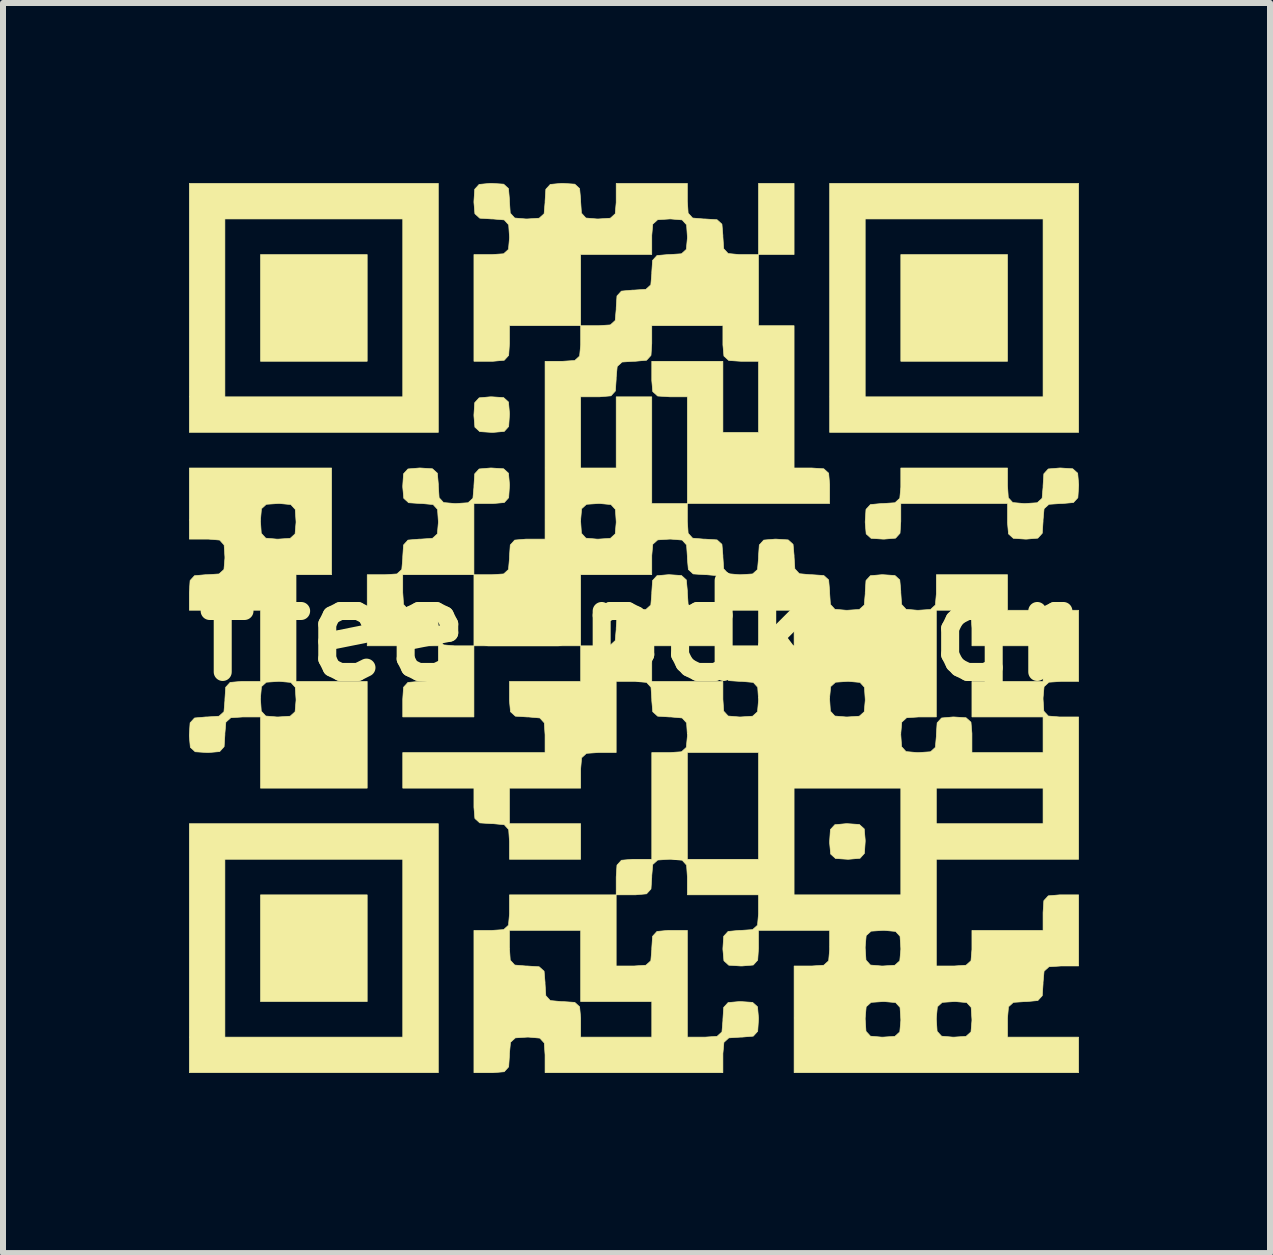
<source format=kicad_pcb>
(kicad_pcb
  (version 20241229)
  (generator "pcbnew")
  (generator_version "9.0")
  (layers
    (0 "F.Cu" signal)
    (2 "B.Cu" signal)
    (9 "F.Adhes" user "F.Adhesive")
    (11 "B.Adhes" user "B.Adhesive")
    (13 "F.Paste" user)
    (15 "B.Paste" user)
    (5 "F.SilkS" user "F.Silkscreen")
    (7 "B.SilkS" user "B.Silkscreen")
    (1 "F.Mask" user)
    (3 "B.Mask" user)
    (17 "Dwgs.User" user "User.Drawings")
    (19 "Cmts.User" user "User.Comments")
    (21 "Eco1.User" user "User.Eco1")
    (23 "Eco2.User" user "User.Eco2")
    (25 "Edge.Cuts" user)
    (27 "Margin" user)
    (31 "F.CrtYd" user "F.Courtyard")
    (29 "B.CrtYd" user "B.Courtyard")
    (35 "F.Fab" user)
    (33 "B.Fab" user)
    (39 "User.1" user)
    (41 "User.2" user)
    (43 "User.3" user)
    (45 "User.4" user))
  (footprint "free-pdk-qr"
    (layer "F.Cu")
    (at 7.555 7.456)
    (property "Reference" "free-pdk-qr" (at 0 0 0) (layer "F.SilkS") (effects (font (size 1.524 1.524) (thickness 0.3))))
    (attr through_hole)
    (fp_poly (pts (xy -4.487 -4.487) (xy -6.265 -4.487) (xy -6.265 -6.265) (xy -4.487 -6.265) (xy -4.487 -4.487)) (stroke (width 0.01) (type solid)) (fill yes) (layer "F.SilkS"))
    (fp_poly (pts (xy -4.487 6.181) (xy -6.265 6.181) (xy -6.265 4.403) (xy -4.487 4.403) (xy -4.487 6.181)) (stroke (width 0.01) (type solid)) (fill yes) (layer "F.SilkS"))
    (fp_poly (pts (xy 2.032 -7.451) (xy 2.625 -7.451) (xy 2.625 -6.265) (xy 2.032 -6.265) (xy 2.032 -7.451)) (stroke (width 0.01) (type solid)) (fill yes) (layer "F.SilkS"))
    (fp_poly (pts (xy 6.181 -4.487) (xy 4.403 -4.487) (xy 4.403 -6.265) (xy 6.181 -6.265) (xy 6.181 -4.487)) (stroke (width 0.01) (type solid)) (fill yes) (layer "F.SilkS"))
    (fp_poly (pts (xy -3.302 -3.302) (xy -7.451 -3.302) (xy -7.451 -6.858) (xy -6.858 -6.858) (xy -6.858 -3.895) (xy -3.895 -3.895) (xy -3.895 -6.858) (xy -6.858 -6.858) (xy -7.451 -6.858) (xy -7.451 -7.451) (xy -3.302 -7.451) (xy -3.302 -3.302)) (stroke (width 0.01) (type solid)) (fill yes) (layer "F.SilkS"))
    (fp_poly (pts (xy -3.302 7.366) (xy -7.451 7.366) (xy -7.451 3.81) (xy -6.858 3.81) (xy -6.858 6.773) (xy -3.895 6.773) (xy -3.895 3.81) (xy -6.858 3.81) (xy -7.451 3.81) (xy -7.451 3.217) (xy -3.302 3.217) (xy -3.302 7.366)) (stroke (width 0.01) (type solid)) (fill yes) (layer "F.SilkS"))
    (fp_poly (pts (xy 7.366 -3.302) (xy 3.217 -3.302) (xy 3.217 -6.858) (xy 3.81 -6.858) (xy 3.81 -3.895) (xy 6.773 -3.895) (xy 6.773 -6.858) (xy 3.81 -6.858) (xy 3.217 -6.858) (xy 3.217 -7.451) (xy 7.366 -7.451) (xy 7.366 -3.302)) (stroke (width 0.01) (type solid)) (fill yes) (layer "F.SilkS"))
    (fp_poly (pts (xy -2.214 -3.882) (xy -2.133 -3.808) (xy -2.117 -3.621) (xy -2.117 -3.598) (xy -2.13 -3.4) (xy -2.204 -3.318) (xy -2.39 -3.302) (xy -2.413 -3.302) (xy -2.612 -3.315) (xy -2.693 -3.389) (xy -2.709 -3.576) (xy -2.709 -3.598) (xy -2.696 -3.797) (xy -2.622 -3.878) (xy -2.436 -3.895) (xy -2.413 -3.895) (xy -2.214 -3.882)) (stroke (width 0.01) (type solid)) (fill yes) (layer "F.SilkS"))
    (fp_poly (pts (xy 3.712 3.23) (xy 3.794 3.304) (xy 3.81 3.491) (xy 3.81 3.514) (xy 3.797 3.712) (xy 3.723 3.794) (xy 3.536 3.81) (xy 3.514 3.81) (xy 3.315 3.797) (xy 3.234 3.723) (xy 3.217 3.536) (xy 3.217 3.514) (xy 3.23 3.315) (xy 3.304 3.234) (xy 3.491 3.217) (xy 3.514 3.217) (xy 3.712 3.23)) (stroke (width 0.01) (type solid)) (fill yes) (layer "F.SilkS"))
    (fp_poly (pts (xy 6.181 -2.413) (xy 6.194 -2.214) (xy 6.268 -2.133) (xy 6.454 -2.117) (xy 6.477 -2.117) (xy 6.676 -2.13) (xy 6.757 -2.204) (xy 6.773 -2.39) (xy 6.773 -2.413) (xy 6.786 -2.612) (xy 6.86 -2.693) (xy 7.047 -2.709) (xy 7.07 -2.709) (xy 7.268 -2.696) (xy 7.35 -2.622) (xy 7.366 -2.436) (xy 7.366 -2.413) (xy 7.353 -2.214) (xy 7.279 -2.133) (xy 7.092 -2.117) (xy 7.07 -2.117) (xy 6.871 -2.104) (xy 6.79 -2.03) (xy 6.773 -1.843) (xy 6.773 -1.82) (xy 6.76 -1.622) (xy 6.686 -1.54) (xy 6.5 -1.524) (xy 6.477 -1.524) (xy 6.278 -1.537) (xy 6.197 -1.611) (xy 6.181 -1.798) (xy 6.181 -1.82) (xy 6.181 -2.117) (xy 4.403 -2.117) (xy 4.403 -1.82) (xy 4.39 -1.622) (xy 4.316 -1.54) (xy 4.129 -1.524) (xy 4.106 -1.524) (xy 3.908 -1.537) (xy 3.826 -1.611) (xy 3.81 -1.798) (xy 3.81 -1.82) (xy 3.823 -2.019) (xy 3.897 -2.1) (xy 4.084 -2.117) (xy 4.106 -2.117) (xy 4.305 -2.13) (xy 4.386 -2.204) (xy 4.403 -2.39) (xy 4.403 -2.413) (xy 4.403 -2.709) (xy 6.181 -2.709) (xy 6.181 -2.413)) (stroke (width 0.01) (type solid)) (fill yes) (layer "F.SilkS"))
    (fp_poly (pts (xy -0.339 5.588) (xy -0.042 5.588) (xy 0.156 5.575) (xy 0.238 5.501) (xy 0.254 5.314) (xy 0.254 5.292) (xy 0.267 5.093) (xy 0.341 5.012) (xy 0.528 4.995) (xy 0.55 4.995) (xy 0.847 4.995) (xy 0.847 6.773) (xy 1.143 6.773) (xy 1.342 6.76) (xy 1.423 6.686) (xy 1.439 6.5) (xy 1.439 6.477) (xy 1.452 6.278) (xy 1.526 6.197) (xy 1.713 6.181) (xy 1.736 6.181) (xy 1.934 6.194) (xy 2.016 6.268) (xy 2.032 6.454) (xy 2.032 6.477) (xy 2.019 6.676) (xy 1.945 6.757) (xy 1.758 6.773) (xy 1.736 6.773) (xy 1.537 6.786) (xy 1.456 6.86) (xy 1.439 7.047) (xy 1.439 7.07) (xy 1.439 7.366) (xy -1.524 7.366) (xy -1.524 7.07) (xy -1.537 6.871) (xy -1.611 6.79) (xy -1.798 6.773) (xy -1.82 6.773) (xy -2.019 6.786) (xy -2.1 6.86) (xy -2.117 7.047) (xy -2.117 7.07) (xy -2.13 7.268) (xy -2.204 7.35) (xy -2.39 7.366) (xy -2.413 7.366) (xy -2.709 7.366) (xy -2.709 4.995) (xy -2.413 4.995) (xy -2.117 4.995) (xy -2.117 5.292) (xy -2.104 5.49) (xy -2.03 5.572) (xy -1.843 5.588) (xy -1.82 5.588) (xy -1.622 5.601) (xy -1.54 5.675) (xy -1.524 5.862) (xy -1.524 5.884) (xy -1.511 6.083) (xy -1.437 6.164) (xy -1.25 6.181) (xy -1.228 6.181) (xy -1.029 6.194) (xy -0.948 6.268) (xy -0.931 6.454) (xy -0.931 6.477) (xy -0.931 6.773) (xy 0.254 6.773) (xy 0.254 6.181) (xy -0.931 6.181) (xy -0.931 4.995) (xy -2.117 4.995) (xy -2.413 4.995) (xy -2.214 4.982) (xy -2.133 4.908) (xy -2.117 4.722) (xy -2.117 4.699) (xy -2.117 4.403) (xy -0.339 4.403) (xy -0.339 5.588)) (stroke (width 0.01) (type solid)) (fill yes) (layer "F.SilkS"))
    (fp_poly (pts (xy -5.08 -0.931) (xy -5.673 -0.931) (xy -5.673 0.847) (xy -4.487 0.847) (xy -4.487 2.625) (xy -6.265 2.625) (xy -6.265 1.439) (xy -6.562 1.439) (xy -6.76 1.452) (xy -6.842 1.526) (xy -6.858 1.713) (xy -6.858 1.736) (xy -6.871 1.934) (xy -6.945 2.016) (xy -7.132 2.032) (xy -7.154 2.032) (xy -7.353 2.019) (xy -7.434 1.945) (xy -7.451 1.758) (xy -7.451 1.736) (xy -7.438 1.537) (xy -7.364 1.456) (xy -7.177 1.439) (xy -7.154 1.439) (xy -6.956 1.426) (xy -6.874 1.352) (xy -6.858 1.166) (xy -6.858 1.143) (xy -6.265 1.143) (xy -6.252 1.342) (xy -6.178 1.423) (xy -5.992 1.439) (xy -5.969 1.439) (xy -5.77 1.426) (xy -5.689 1.352) (xy -5.673 1.166) (xy -5.673 1.143) (xy -5.686 0.944) (xy -5.76 0.863) (xy -5.946 0.847) (xy -5.969 0.847) (xy -6.168 0.86) (xy -6.249 0.934) (xy -6.265 1.12) (xy -6.265 1.143) (xy -6.858 1.143) (xy -6.845 0.944) (xy -6.771 0.863) (xy -6.584 0.847) (xy -6.562 0.847) (xy -6.265 0.847) (xy -6.265 -0.339) (xy -7.451 -0.339) (xy -7.451 -0.635) (xy -7.438 -0.834) (xy -7.364 -0.915) (xy -7.177 -0.931) (xy -7.154 -0.931) (xy -6.956 -0.944) (xy -6.874 -1.018) (xy -6.858 -1.205) (xy -6.858 -1.228) (xy -6.871 -1.426) (xy -6.945 -1.508) (xy -7.132 -1.524) (xy -7.154 -1.524) (xy -7.451 -1.524) (xy -7.451 -1.82) (xy -6.265 -1.82) (xy -6.252 -1.622) (xy -6.178 -1.54) (xy -5.992 -1.524) (xy -5.969 -1.524) (xy -5.77 -1.537) (xy -5.689 -1.611) (xy -5.673 -1.798) (xy -5.673 -1.82) (xy -5.686 -2.019) (xy -5.76 -2.1) (xy -5.946 -2.117) (xy -5.969 -2.117) (xy -6.168 -2.104) (xy -6.249 -2.03) (xy -6.265 -1.843) (xy -6.265 -1.82) (xy -7.451 -1.82) (xy -7.451 -2.709) (xy -5.08 -2.709) (xy -5.08 -0.931)) (stroke (width 0.01) (type solid)) (fill yes) (layer "F.SilkS"))
    (fp_poly (pts (xy 2.032 -5.08) (xy 2.625 -5.08) (xy 2.625 -2.709) (xy 2.921 -2.709) (xy 3.12 -2.696) (xy 3.201 -2.622) (xy 3.217 -2.436) (xy 3.217 -2.413) (xy 3.217 -2.117) (xy 0.847 -2.117) (xy 0.847 -1.82) (xy 0.86 -1.622) (xy 0.934 -1.54) (xy 1.12 -1.524) (xy 1.143 -1.524) (xy 1.342 -1.511) (xy 1.423 -1.437) (xy 1.439 -1.25) (xy 1.439 -1.228) (xy 1.452 -1.029) (xy 1.526 -0.948) (xy 1.713 -0.931) (xy 1.736 -0.931) (xy 1.934 -0.944) (xy 2.016 -1.018) (xy 2.032 -1.205) (xy 2.032 -1.228) (xy 2.045 -1.426) (xy 2.119 -1.508) (xy 2.306 -1.524) (xy 2.328 -1.524) (xy 2.527 -1.511) (xy 2.608 -1.437) (xy 2.625 -1.25) (xy 2.625 -1.228) (xy 2.638 -1.029) (xy 2.712 -0.948) (xy 2.898 -0.931) (xy 2.921 -0.931) (xy 3.12 -0.918) (xy 3.201 -0.844) (xy 3.217 -0.658) (xy 3.217 -0.635) (xy 3.23 -0.436) (xy 3.304 -0.355) (xy 3.491 -0.339) (xy 3.514 -0.339) (xy 3.712 -0.352) (xy 3.794 -0.426) (xy 3.81 -0.612) (xy 3.81 -0.635) (xy 3.823 -0.834) (xy 3.897 -0.915) (xy 4.084 -0.931) (xy 4.106 -0.931) (xy 4.305 -0.918) (xy 4.386 -0.844) (xy 4.403 -0.658) (xy 4.403 -0.635) (xy 4.416 -0.436) (xy 4.49 -0.355) (xy 4.676 -0.339) (xy 4.699 -0.339) (xy 4.898 -0.352) (xy 4.979 -0.426) (xy 4.995 -0.612) (xy 4.995 -0.635) (xy 4.995 -0.931) (xy 6.181 -0.931) (xy 6.181 -0.339) (xy 7.366 -0.339) (xy 7.366 0.847) (xy 7.07 0.847) (xy 6.871 0.86) (xy 6.79 0.934) (xy 6.773 1.12) (xy 6.773 1.143) (xy 6.786 1.342) (xy 6.86 1.423) (xy 7.047 1.439) (xy 7.07 1.439) (xy 7.366 1.439) (xy 7.366 3.81) (xy 4.995 3.81) (xy 4.995 5.588) (xy 5.292 5.588) (xy 5.49 5.575) (xy 5.572 5.501) (xy 5.588 5.314) (xy 5.588 5.292) (xy 5.588 4.995) (xy 6.773 4.995) (xy 6.773 4.699) (xy 6.786 4.5) (xy 6.86 4.419) (xy 7.047 4.403) (xy 7.07 4.403) (xy 7.366 4.403) (xy 7.366 5.588) (xy 7.07 5.588) (xy 6.871 5.601) (xy 6.79 5.675) (xy 6.773 5.862) (xy 6.773 5.884) (xy 6.76 6.083) (xy 6.686 6.164) (xy 6.5 6.181) (xy 6.477 6.181) (xy 6.278 6.194) (xy 6.197 6.268) (xy 6.181 6.454) (xy 6.181 6.477) (xy 6.181 6.773) (xy 7.366 6.773) (xy 7.366 7.366) (xy 2.625 7.366) (xy 2.625 6.477) (xy 3.81 6.477) (xy 3.823 6.676) (xy 3.897 6.757) (xy 4.084 6.773) (xy 4.106 6.773) (xy 4.305 6.76) (xy 4.386 6.686) (xy 4.403 6.5) (xy 4.403 6.477) (xy 4.995 6.477) (xy 5.008 6.676) (xy 5.082 6.757) (xy 5.269 6.773) (xy 5.292 6.773) (xy 5.49 6.76) (xy 5.572 6.686) (xy 5.588 6.5) (xy 5.588 6.477) (xy 5.575 6.278) (xy 5.501 6.197) (xy 5.314 6.181) (xy 5.292 6.181) (xy 5.093 6.194) (xy 5.012 6.268) (xy 4.995 6.454) (xy 4.995 6.477) (xy 4.403 6.477) (xy 4.39 6.278) (xy 4.316 6.197) (xy 4.129 6.181) (xy 4.106 6.181) (xy 3.908 6.194) (xy 3.826 6.268) (xy 3.81 6.454) (xy 3.81 6.477) (xy 2.625 6.477) (xy 2.625 5.588) (xy 2.921 5.588) (xy 3.12 5.575) (xy 3.201 5.501) (xy 3.217 5.314) (xy 3.217 5.292) (xy 3.81 5.292) (xy 3.823 5.49) (xy 3.897 5.572) (xy 4.084 5.588) (xy 4.106 5.588) (xy 4.305 5.575) (xy 4.386 5.501) (xy 4.403 5.314) (xy 4.403 5.292) (xy 4.39 5.093) (xy 4.316 5.012) (xy 4.129 4.995) (xy 4.106 4.995) (xy 3.908 5.008) (xy 3.826 5.082) (xy 3.81 5.269) (xy 3.81 5.292) (xy 3.217 5.292) (xy 3.217 4.995) (xy 2.032 4.995) (xy 2.032 5.292) (xy 2.019 5.49) (xy 1.945 5.572) (xy 1.758 5.588) (xy 1.736 5.588) (xy 1.537 5.575) (xy 1.456 5.501) (xy 1.439 5.314) (xy 1.439 5.292) (xy 1.452 5.093) (xy 1.526 5.012) (xy 1.713 4.995) (xy 1.736 4.995) (xy 1.934 4.982) (xy 2.016 4.908) (xy 2.032 4.722) (xy 2.032 4.699) (xy 2.032 4.403) (xy 0.847 4.403) (xy 0.847 4.106) (xy 0.834 3.908) (xy 0.76 3.826) (xy 0.573 3.81) (xy 0.55 3.81) (xy 0.352 3.823) (xy 0.27 3.897) (xy 0.254 4.084) (xy 0.254 4.106) (xy 0.241 4.305) (xy 0.167 4.386) (xy -0.02 4.403) (xy -0.042 4.403) (xy -0.339 4.403) (xy -0.339 4.106) (xy -0.326 3.908) (xy -0.252 3.826) (xy -0.065 3.81) (xy -0.042 3.81) (xy 0.254 3.81) (xy 0.254 2.032) (xy 0.55 2.032) (xy 0.847 2.032) (xy 0.847 3.81) (xy 2.032 3.81) (xy 2.032 2.625) (xy 2.625 2.625) (xy 2.625 4.403) (xy 4.403 4.403) (xy 4.403 2.625) (xy 4.995 2.625) (xy 4.995 3.217) (xy 6.773 3.217) (xy 6.773 2.625) (xy 4.995 2.625) (xy 4.403 2.625) (xy 2.625 2.625) (xy 2.032 2.625) (xy 2.032 2.032) (xy 0.847 2.032) (xy 0.55 2.032) (xy 0.749 2.019) (xy 0.83 1.945) (xy 0.847 1.758) (xy 0.847 1.736) (xy 4.403 1.736) (xy 4.416 1.934) (xy 4.49 2.016) (xy 4.676 2.032) (xy 4.699 2.032) (xy 4.898 2.019) (xy 4.979 1.945) (xy 4.995 1.758) (xy 4.995 1.736) (xy 5.008 1.537) (xy 5.082 1.456) (xy 5.269 1.439) (xy 5.292 1.439) (xy 5.49 1.452) (xy 5.572 1.526) (xy 5.588 1.713) (xy 5.588 1.736) (xy 5.588 2.032) (xy 6.773 2.032) (xy 6.773 1.439) (xy 5.588 1.439) (xy 5.588 0.847) (xy 6.773 0.847) (xy 6.773 0.254) (xy 5.588 0.254) (xy 5.588 -0.042) (xy 5.575 -0.241) (xy 5.501 -0.322) (xy 5.314 -0.339) (xy 5.292 -0.339) (xy 4.995 -0.339) (xy 4.995 1.439) (xy 4.699 1.439) (xy 4.5 1.452) (xy 4.419 1.526) (xy 4.403 1.713) (xy 4.403 1.736) (xy 0.847 1.736) (xy 0.834 1.537) (xy 0.76 1.456) (xy 0.573 1.439) (xy 0.55 1.439) (xy 0.352 1.426) (xy 0.27 1.352) (xy 0.254 1.166) (xy 0.254 1.143) (xy 0.241 0.944) (xy 0.167 0.863) (xy -0.02 0.847) (xy -0.042 0.847) (xy -0.339 0.847) (xy -0.339 2.032) (xy -0.635 2.032) (xy -0.834 2.045) (xy -0.915 2.119) (xy -0.931 2.306) (xy -0.931 2.328) (xy -0.931 2.625) (xy -2.117 2.625) (xy -2.117 3.217) (xy -0.931 3.217) (xy -0.931 3.81) (xy -2.117 3.81) (xy -2.117 3.514) (xy -2.13 3.315) (xy -2.204 3.234) (xy -2.39 3.217) (xy -2.413 3.217) (xy -2.612 3.204) (xy -2.693 3.13) (xy -2.709 2.944) (xy -2.709 2.921) (xy -2.709 2.625) (xy -3.895 2.625) (xy -3.895 2.032) (xy -1.524 2.032) (xy -1.524 1.736) (xy -1.537 1.537) (xy -1.611 1.456) (xy -1.798 1.439) (xy -1.82 1.439) (xy -2.019 1.426) (xy -2.1 1.352) (xy -2.117 1.166) (xy -2.117 1.143) (xy -2.117 0.847) (xy -0.931 0.847) (xy -0.931 0.254) (xy -2.709 0.254) (xy -2.709 1.439) (xy -3.895 1.439) (xy -3.895 1.143) (xy -3.882 0.944) (xy -3.808 0.863) (xy -3.621 0.847) (xy -3.598 0.847) (xy -3.4 0.834) (xy -3.318 0.76) (xy -3.302 0.573) (xy -3.302 0.55) (xy -3.302 0.254) (xy -4.487 0.254) (xy -4.487 -0.931) (xy -4.191 -0.931) (xy -3.895 -0.931) (xy -3.895 -0.635) (xy -3.882 -0.436) (xy -3.808 -0.355) (xy -3.621 -0.339) (xy -3.598 -0.339) (xy -3.4 -0.326) (xy -3.318 -0.252) (xy -3.302 -0.065) (xy -3.302 -0.042) (xy -3.289 0.156) (xy -3.215 0.238) (xy -3.028 0.254) (xy -3.006 0.254) (xy -2.709 0.254) (xy -2.709 -0.931) (xy -3.895 -0.931) (xy -4.191 -0.931) (xy -3.992 -0.944) (xy -3.911 -1.018) (xy -3.895 -1.205) (xy -3.895 -1.228) (xy -3.882 -1.426) (xy -3.808 -1.508) (xy -3.621 -1.524) (xy -3.598 -1.524) (xy -3.4 -1.537) (xy -3.318 -1.611) (xy -3.302 -1.798) (xy -3.302 -1.82) (xy -3.315 -2.019) (xy -3.389 -2.1) (xy -3.576 -2.117) (xy -3.598 -2.117) (xy -3.797 -2.13) (xy -3.878 -2.204) (xy -3.895 -2.39) (xy -3.895 -2.413) (xy -3.882 -2.612) (xy -3.808 -2.693) (xy -3.621 -2.709) (xy -3.598 -2.709) (xy -3.4 -2.696) (xy -3.318 -2.622) (xy -3.302 -2.436) (xy -3.302 -2.413) (xy -3.289 -2.214) (xy -3.215 -2.133) (xy -3.028 -2.117) (xy -3.006 -2.117) (xy -2.807 -2.13) (xy -2.726 -2.204) (xy -2.709 -2.39) (xy -2.709 -2.413) (xy -2.696 -2.612) (xy -2.622 -2.693) (xy -2.436 -2.709) (xy -2.413 -2.709) (xy -2.214 -2.696) (xy -2.133 -2.622) (xy -2.117 -2.436) (xy -2.117 -2.413) (xy -2.13 -2.214) (xy -2.204 -2.133) (xy -2.39 -2.117) (xy -2.413 -2.117) (xy -2.709 -2.117) (xy -2.709 -0.931) (xy -2.413 -0.931) (xy -0.931 -0.931) (xy -0.931 0.254) (xy -0.635 0.254) (xy 0.254 0.254) (xy 0.254 0.847) (xy 1.439 0.847) (xy 1.439 1.143) (xy 1.452 1.342) (xy 1.526 1.423) (xy 1.713 1.439) (xy 1.736 1.439) (xy 1.934 1.426) (xy 2.016 1.352) (xy 2.032 1.166) (xy 2.032 1.143) (xy 3.217 1.143) (xy 3.23 1.342) (xy 3.304 1.423) (xy 3.491 1.439) (xy 3.514 1.439) (xy 3.712 1.426) (xy 3.794 1.352) (xy 3.81 1.166) (xy 3.81 1.143) (xy 3.797 0.944) (xy 3.723 0.863) (xy 3.536 0.847) (xy 3.514 0.847) (xy 3.315 0.86) (xy 3.234 0.934) (xy 3.217 1.12) (xy 3.217 1.143) (xy 2.032 1.143) (xy 2.019 0.944) (xy 1.945 0.863) (xy 1.758 0.847) (xy 1.736 0.847) (xy 1.537 0.834) (xy 1.456 0.76) (xy 1.439 0.573) (xy 1.439 0.55) (xy 1.439 0.254) (xy 0.254 0.254) (xy -0.635 0.254) (xy -0.436 0.241) (xy -0.355 0.167) (xy -0.339 -0.02) (xy -0.339 -0.042) (xy -0.326 -0.241) (xy -0.252 -0.322) (xy -0.065 -0.339) (xy -0.042 -0.339) (xy 0.156 -0.352) (xy 0.238 -0.426) (xy 0.254 -0.612) (xy 0.254 -0.635) (xy 0.267 -0.834) (xy 0.341 -0.915) (xy 0.528 -0.931) (xy 0.55 -0.931) (xy 0.749 -0.918) (xy 0.83 -0.844) (xy 0.847 -0.658) (xy 0.847 -0.635) (xy 0.86 -0.436) (xy 0.934 -0.355) (xy 1.12 -0.339) (xy 1.143 -0.339) (xy 1.342 -0.326) (xy 1.423 -0.252) (xy 1.439 -0.065) (xy 1.439 -0.042) (xy 1.439 0.254) (xy 2.625 0.254) (xy 2.625 -0.339) (xy 1.439 -0.339) (xy 1.439 -0.635) (xy 1.426 -0.834) (xy 1.352 -0.915) (xy 1.166 -0.931) (xy 1.143 -0.931) (xy 0.944 -0.944) (xy 0.863 -1.018) (xy 0.847 -1.205) (xy 0.847 -1.228) (xy 0.834 -1.426) (xy 0.76 -1.508) (xy 0.573 -1.524) (xy 0.55 -1.524) (xy 0.352 -1.511) (xy 0.27 -1.437) (xy 0.254 -1.25) (xy 0.254 -1.228) (xy 0.254 -0.931) (xy -0.931 -0.931) (xy -2.413 -0.931) (xy -2.214 -0.944) (xy -2.133 -1.018) (xy -2.117 -1.205) (xy -2.117 -1.228) (xy -2.104 -1.426) (xy -2.03 -1.508) (xy -1.843 -1.524) (xy -1.82 -1.524) (xy -1.524 -1.524) (xy -1.524 -1.82) (xy -0.931 -1.82) (xy -0.918 -1.622) (xy -0.844 -1.54) (xy -0.658 -1.524) (xy -0.635 -1.524) (xy -0.436 -1.537) (xy -0.355 -1.611) (xy -0.339 -1.798) (xy -0.339 -1.82) (xy -0.352 -2.019) (xy -0.426 -2.1) (xy -0.612 -2.117) (xy -0.635 -2.117) (xy -0.834 -2.104) (xy -0.915 -2.03) (xy -0.931 -1.843) (xy -0.931 -1.82) (xy -1.524 -1.82) (xy -1.524 -3.895) (xy -0.931 -3.895) (xy -0.931 -2.709) (xy -0.339 -2.709) (xy -0.339 -3.895) (xy 0.254 -3.895) (xy 0.254 -2.117) (xy 0.847 -2.117) (xy 0.847 -3.895) (xy 0.55 -3.895) (xy 0.352 -3.908) (xy 0.27 -3.982) (xy 0.254 -4.168) (xy 0.254 -4.191) (xy 0.254 -4.487) (xy 1.439 -4.487) (xy 1.439 -3.302) (xy 2.032 -3.302) (xy 2.032 -4.487) (xy 1.736 -4.487) (xy 1.537 -4.5) (xy 1.456 -4.574) (xy 1.439 -4.761) (xy 1.439 -4.784) (xy 1.439 -5.08) (xy 0.254 -5.08) (xy 0.254 -4.784) (xy 0.241 -4.585) (xy 0.167 -4.504) (xy -0.02 -4.487) (xy -0.042 -4.487) (xy -0.241 -4.474) (xy -0.322 -4.4) (xy -0.339 -4.214) (xy -0.339 -4.191) (xy -0.352 -3.992) (xy -0.426 -3.911) (xy -0.612 -3.895) (xy -0.635 -3.895) (xy -0.931 -3.895) (xy -1.524 -3.895) (xy -1.524 -4.487) (xy -1.228 -4.487) (xy -1.029 -4.5) (xy -0.948 -4.574) (xy -0.931 -4.761) (xy -0.931 -4.784) (xy -0.931 -5.08) (xy -2.117 -5.08) (xy -2.117 -4.784) (xy -2.13 -4.585) (xy -2.204 -4.504) (xy -2.39 -4.487) (xy -2.413 -4.487) (xy -2.709 -4.487) (xy -2.709 -6.265) (xy -2.413 -6.265) (xy -0.931 -6.265) (xy -0.931 -5.08) (xy -0.635 -5.08) (xy -0.436 -5.093) (xy -0.355 -5.167) (xy -0.339 -5.354) (xy -0.339 -5.376) (xy -0.326 -5.575) (xy -0.252 -5.656) (xy -0.065 -5.673) (xy -0.042 -5.673) (xy 0.156 -5.686) (xy 0.238 -5.76) (xy 0.254 -5.946) (xy 0.254 -5.969) (xy 0.267 -6.168) (xy 0.341 -6.249) (xy 0.528 -6.265) (xy 0.55 -6.265) (xy 0.749 -6.278) (xy 0.83 -6.352) (xy 0.847 -6.539) (xy 0.847 -6.562) (xy 0.834 -6.76) (xy 0.76 -6.842) (xy 0.573 -6.858) (xy 0.55 -6.858) (xy 0.352 -6.845) (xy 0.27 -6.771) (xy 0.254 -6.584) (xy 0.254 -6.562) (xy 0.254 -6.265) (xy -0.931 -6.265) (xy -2.413 -6.265) (xy -2.214 -6.278) (xy -2.133 -6.352) (xy -2.117 -6.539) (xy -2.117 -6.562) (xy -2.13 -6.76) (xy -2.204 -6.842) (xy -2.39 -6.858) (xy -2.413 -6.858) (xy -2.612 -6.871) (xy -2.693 -6.945) (xy -2.709 -7.132) (xy -2.709 -7.154) (xy -2.696 -7.353) (xy -2.622 -7.434) (xy -2.436 -7.451) (xy -2.413 -7.451) (xy -2.214 -7.438) (xy -2.133 -7.364) (xy -2.117 -7.177) (xy -2.117 -7.154) (xy -2.104 -6.956) (xy -2.03 -6.874) (xy -1.843 -6.858) (xy -1.82 -6.858) (xy -1.622 -6.871) (xy -1.54 -6.945) (xy -1.524 -7.132) (xy -1.524 -7.154) (xy -1.511 -7.353) (xy -1.437 -7.434) (xy -1.25 -7.451) (xy -1.228 -7.451) (xy -1.029 -7.438) (xy -0.948 -7.364) (xy -0.931 -7.177) (xy -0.931 -7.154) (xy -0.918 -6.956) (xy -0.844 -6.874) (xy -0.658 -6.858) (xy -0.635 -6.858) (xy -0.436 -6.871) (xy -0.355 -6.945) (xy -0.339 -7.132) (xy -0.339 -7.154) (xy -0.339 -7.451) (xy 0.847 -7.451) (xy 0.847 -7.154) (xy 0.86 -6.956) (xy 0.934 -6.874) (xy 1.12 -6.858) (xy 1.143 -6.858) (xy 1.342 -6.845) (xy 1.423 -6.771) (xy 1.439 -6.584) (xy 1.439 -6.562) (xy 1.452 -6.363) (xy 1.526 -6.282) (xy 1.713 -6.265) (xy 1.736 -6.265) (xy 2.032 -6.265) (xy 2.032 -5.08)) (stroke (width 0.01) (type solid)) (fill yes) (layer "F.SilkS")))
  (gr_rect
    (start -3 -3)
    (end 18.109 17.827)
    (stroke (width 0.1) (type default))
    (fill no)
    (layer "Edge.Cuts")))
</source>
